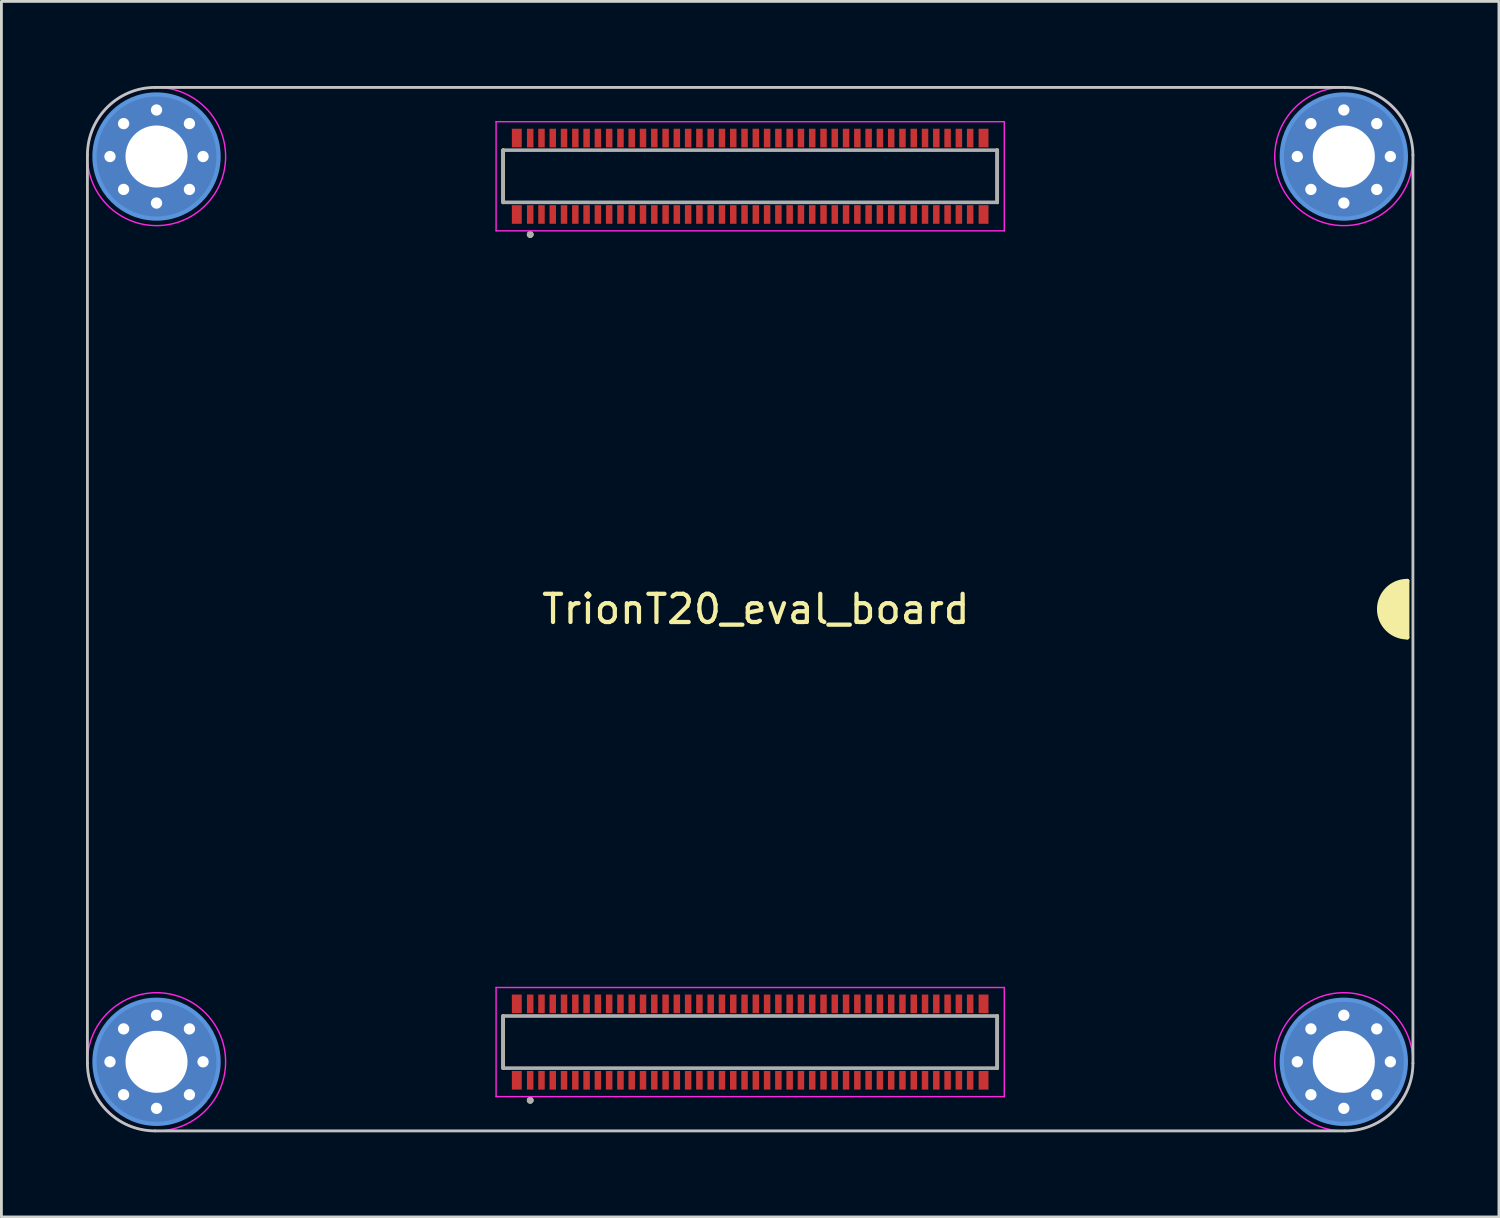
<source format=kicad_pcb>
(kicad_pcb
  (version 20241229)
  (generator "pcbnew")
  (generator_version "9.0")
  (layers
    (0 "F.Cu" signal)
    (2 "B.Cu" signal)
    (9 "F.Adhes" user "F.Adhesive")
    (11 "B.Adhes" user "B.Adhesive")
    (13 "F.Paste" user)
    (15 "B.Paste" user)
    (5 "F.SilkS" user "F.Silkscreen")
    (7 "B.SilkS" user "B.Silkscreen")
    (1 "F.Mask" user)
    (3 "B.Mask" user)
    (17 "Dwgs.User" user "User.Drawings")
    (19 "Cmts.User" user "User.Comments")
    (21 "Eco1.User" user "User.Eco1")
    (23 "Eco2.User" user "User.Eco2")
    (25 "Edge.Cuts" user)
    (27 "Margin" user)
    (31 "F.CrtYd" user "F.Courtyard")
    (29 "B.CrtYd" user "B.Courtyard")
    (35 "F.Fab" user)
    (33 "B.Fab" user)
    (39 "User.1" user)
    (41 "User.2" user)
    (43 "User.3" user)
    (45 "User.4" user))
  (footprint "TrionT20_eval_board"
    (layer "F.Cu")
    (at 23.55 18.55)
    (property "Reference" "TrionT20_eval_board" (at 0.2 0 0) (unlocked yes) (layer "F.SilkS") (effects (font (size 1 1) (thickness 0.15))))
    (attr smd)
    (fp_line (start -8.76 -16.275) (end -8.76 -14.425) (stroke (width 0.127) (type solid)) (layer "F.SilkS"))
    (fp_line (start -8.76 14.425) (end -8.76 16.275) (stroke (width 0.127) (type solid)) (layer "F.SilkS"))
    (fp_line (start 8.76 -14.425) (end 8.76 -16.275) (stroke (width 0.127) (type solid)) (layer "F.SilkS"))
    (fp_line (start 8.76 16.275) (end 8.76 14.425) (stroke (width 0.127) (type solid)) (layer "F.SilkS"))
    (fp_line (start 22.4 0.3) (end 22.4 -0.3) (stroke (width 0.15) (type default)) (layer "F.SilkS"))
    (fp_line (start 22.5 -0.5) (end 22.5 0.5) (stroke (width 0.15) (type default)) (layer "F.SilkS"))
    (fp_line (start 22.6 0.6) (end 22.6 -0.6) (stroke (width 0.15) (type default)) (layer "F.SilkS"))
    (fp_line (start 22.7 -0.7) (end 22.7 0.7) (stroke (width 0.15) (type default)) (layer "F.SilkS"))
    (fp_line (start 22.8 0.8) (end 22.8 -0.8) (stroke (width 0.15) (type default)) (layer "F.SilkS"))
    (fp_line (start 22.9 -0.9) (end 22.9 0.8) (stroke (width 0.15) (type default)) (layer "F.SilkS"))
    (fp_line (start 23 0.9) (end 23 -0.9) (stroke (width 0.15) (type default)) (layer "F.SilkS"))
    (fp_line (start 23.1 -0.9) (end 23.1 0.9) (stroke (width 0.15) (type default)) (layer "F.SilkS"))
    (fp_line (start 23.2 0.9) (end 23.2 -0.9) (stroke (width 0.15) (type default)) (layer "F.SilkS"))
    (fp_line (start 23.3 1) (end 23.3 -1) (stroke (width 0.15) (type default)) (layer "F.SilkS"))
    (fp_arc (start 23.3 1) (mid 22.3 0) (end 23.3 -1) (stroke (width 0.15) (type default)) (layer "F.SilkS"))
    (fp_circle (center -7.8 -13.285) (end -7.74 -13.285) (stroke (width 0.12) (type solid)) (fill no) (layer "F.SilkS"))
    (fp_circle (center -7.8 17.415) (end -7.74 17.415) (stroke (width 0.12) (type solid)) (fill no) (layer "F.SilkS"))
    (fp_poly (pts (xy -8.43 -16.41) (xy -8.12 -16.41) (xy -8.12 -17) (xy -8.43 -17)) (stroke (width 0.01) (type solid)) (fill yes) (layer "F.Paste"))
    (fp_poly (pts (xy -8.43 -13.7) (xy -8.12 -13.7) (xy -8.12 -14.29) (xy -8.43 -14.29)) (stroke (width 0.01) (type solid)) (fill yes) (layer "F.Paste"))
    (fp_poly (pts (xy -8.43 14.29) (xy -8.12 14.29) (xy -8.12 13.7) (xy -8.43 13.7)) (stroke (width 0.01) (type solid)) (fill yes) (layer "F.Paste"))
    (fp_poly (pts (xy -8.43 17) (xy -8.12 17) (xy -8.12 16.41) (xy -8.43 16.41)) (stroke (width 0.01) (type solid)) (fill yes) (layer "F.Paste"))
    (fp_poly (pts (xy -7.905 -16.41) (xy -7.695 -16.41) (xy -7.695 -17) (xy -7.905 -17)) (stroke (width 0.01) (type solid)) (fill yes) (layer "F.Paste"))
    (fp_poly (pts (xy -7.905 -13.7) (xy -7.695 -13.7) (xy -7.695 -14.29) (xy -7.905 -14.29)) (stroke (width 0.01) (type solid)) (fill yes) (layer "F.Paste"))
    (fp_poly (pts (xy -7.905 14.29) (xy -7.695 14.29) (xy -7.695 13.7) (xy -7.905 13.7)) (stroke (width 0.01) (type solid)) (fill yes) (layer "F.Paste"))
    (fp_poly (pts (xy -7.905 17) (xy -7.695 17) (xy -7.695 16.41) (xy -7.905 16.41)) (stroke (width 0.01) (type solid)) (fill yes) (layer "F.Paste"))
    (fp_poly (pts (xy -7.505 -16.41) (xy -7.295 -16.41) (xy -7.295 -17) (xy -7.505 -17)) (stroke (width 0.01) (type solid)) (fill yes) (layer "F.Paste"))
    (fp_poly (pts (xy -7.505 -13.7) (xy -7.295 -13.7) (xy -7.295 -14.29) (xy -7.505 -14.29)) (stroke (width 0.01) (type solid)) (fill yes) (layer "F.Paste"))
    (fp_poly (pts (xy -7.505 14.29) (xy -7.295 14.29) (xy -7.295 13.7) (xy -7.505 13.7)) (stroke (width 0.01) (type solid)) (fill yes) (layer "F.Paste"))
    (fp_poly (pts (xy -7.505 17) (xy -7.295 17) (xy -7.295 16.41) (xy -7.505 16.41)) (stroke (width 0.01) (type solid)) (fill yes) (layer "F.Paste"))
    (fp_poly (pts (xy -7.105 -16.41) (xy -6.895 -16.41) (xy -6.895 -17) (xy -7.105 -17)) (stroke (width 0.01) (type solid)) (fill yes) (layer "F.Paste"))
    (fp_poly (pts (xy -7.105 -13.7) (xy -6.895 -13.7) (xy -6.895 -14.29) (xy -7.105 -14.29)) (stroke (width 0.01) (type solid)) (fill yes) (layer "F.Paste"))
    (fp_poly (pts (xy -7.105 14.29) (xy -6.895 14.29) (xy -6.895 13.7) (xy -7.105 13.7)) (stroke (width 0.01) (type solid)) (fill yes) (layer "F.Paste"))
    (fp_poly (pts (xy -7.105 17) (xy -6.895 17) (xy -6.895 16.41) (xy -7.105 16.41)) (stroke (width 0.01) (type solid)) (fill yes) (layer "F.Paste"))
    (fp_poly (pts (xy -6.705 -16.41) (xy -6.495 -16.41) (xy -6.495 -17) (xy -6.705 -17)) (stroke (width 0.01) (type solid)) (fill yes) (layer "F.Paste"))
    (fp_poly (pts (xy -6.705 -13.7) (xy -6.495 -13.7) (xy -6.495 -14.29) (xy -6.705 -14.29)) (stroke (width 0.01) (type solid)) (fill yes) (layer "F.Paste"))
    (fp_poly (pts (xy -6.705 14.29) (xy -6.495 14.29) (xy -6.495 13.7) (xy -6.705 13.7)) (stroke (width 0.01) (type solid)) (fill yes) (layer "F.Paste"))
    (fp_poly (pts (xy -6.705 17) (xy -6.495 17) (xy -6.495 16.41) (xy -6.705 16.41)) (stroke (width 0.01) (type solid)) (fill yes) (layer "F.Paste"))
    (fp_poly (pts (xy -6.305 -16.41) (xy -6.095 -16.41) (xy -6.095 -17) (xy -6.305 -17)) (stroke (width 0.01) (type solid)) (fill yes) (layer "F.Paste"))
    (fp_poly (pts (xy -6.305 -13.7) (xy -6.095 -13.7) (xy -6.095 -14.29) (xy -6.305 -14.29)) (stroke (width 0.01) (type solid)) (fill yes) (layer "F.Paste"))
    (fp_poly (pts (xy -6.305 14.29) (xy -6.095 14.29) (xy -6.095 13.7) (xy -6.305 13.7)) (stroke (width 0.01) (type solid)) (fill yes) (layer "F.Paste"))
    (fp_poly (pts (xy -6.305 17) (xy -6.095 17) (xy -6.095 16.41) (xy -6.305 16.41)) (stroke (width 0.01) (type solid)) (fill yes) (layer "F.Paste"))
    (fp_poly (pts (xy -5.905 -16.41) (xy -5.695 -16.41) (xy -5.695 -17) (xy -5.905 -17)) (stroke (width 0.01) (type solid)) (fill yes) (layer "F.Paste"))
    (fp_poly (pts (xy -5.905 -13.7) (xy -5.695 -13.7) (xy -5.695 -14.29) (xy -5.905 -14.29)) (stroke (width 0.01) (type solid)) (fill yes) (layer "F.Paste"))
    (fp_poly (pts (xy -5.905 14.29) (xy -5.695 14.29) (xy -5.695 13.7) (xy -5.905 13.7)) (stroke (width 0.01) (type solid)) (fill yes) (layer "F.Paste"))
    (fp_poly (pts (xy -5.905 17) (xy -5.695 17) (xy -5.695 16.41) (xy -5.905 16.41)) (stroke (width 0.01) (type solid)) (fill yes) (layer "F.Paste"))
    (fp_poly (pts (xy -5.505 -16.41) (xy -5.295 -16.41) (xy -5.295 -17) (xy -5.505 -17)) (stroke (width 0.01) (type solid)) (fill yes) (layer "F.Paste"))
    (fp_poly (pts (xy -5.505 -13.7) (xy -5.295 -13.7) (xy -5.295 -14.29) (xy -5.505 -14.29)) (stroke (width 0.01) (type solid)) (fill yes) (layer "F.Paste"))
    (fp_poly (pts (xy -5.505 14.29) (xy -5.295 14.29) (xy -5.295 13.7) (xy -5.505 13.7)) (stroke (width 0.01) (type solid)) (fill yes) (layer "F.Paste"))
    (fp_poly (pts (xy -5.505 17) (xy -5.295 17) (xy -5.295 16.41) (xy -5.505 16.41)) (stroke (width 0.01) (type solid)) (fill yes) (layer "F.Paste"))
    (fp_poly (pts (xy -5.105 -16.41) (xy -4.895 -16.41) (xy -4.895 -17) (xy -5.105 -17)) (stroke (width 0.01) (type solid)) (fill yes) (layer "F.Paste"))
    (fp_poly (pts (xy -5.105 -13.7) (xy -4.895 -13.7) (xy -4.895 -14.29) (xy -5.105 -14.29)) (stroke (width 0.01) (type solid)) (fill yes) (layer "F.Paste"))
    (fp_poly (pts (xy -5.105 14.29) (xy -4.895 14.29) (xy -4.895 13.7) (xy -5.105 13.7)) (stroke (width 0.01) (type solid)) (fill yes) (layer "F.Paste"))
    (fp_poly (pts (xy -5.105 17) (xy -4.895 17) (xy -4.895 16.41) (xy -5.105 16.41)) (stroke (width 0.01) (type solid)) (fill yes) (layer "F.Paste"))
    (fp_poly (pts (xy -4.705 -16.41) (xy -4.495 -16.41) (xy -4.495 -17) (xy -4.705 -17)) (stroke (width 0.01) (type solid)) (fill yes) (layer "F.Paste"))
    (fp_poly (pts (xy -4.705 -13.7) (xy -4.495 -13.7) (xy -4.495 -14.29) (xy -4.705 -14.29)) (stroke (width 0.01) (type solid)) (fill yes) (layer "F.Paste"))
    (fp_poly (pts (xy -4.705 14.29) (xy -4.495 14.29) (xy -4.495 13.7) (xy -4.705 13.7)) (stroke (width 0.01) (type solid)) (fill yes) (layer "F.Paste"))
    (fp_poly (pts (xy -4.705 17) (xy -4.495 17) (xy -4.495 16.41) (xy -4.705 16.41)) (stroke (width 0.01) (type solid)) (fill yes) (layer "F.Paste"))
    (fp_poly (pts (xy -4.305 -16.41) (xy -4.095 -16.41) (xy -4.095 -17) (xy -4.305 -17)) (stroke (width 0.01) (type solid)) (fill yes) (layer "F.Paste"))
    (fp_poly (pts (xy -4.305 -13.7) (xy -4.095 -13.7) (xy -4.095 -14.29) (xy -4.305 -14.29)) (stroke (width 0.01) (type solid)) (fill yes) (layer "F.Paste"))
    (fp_poly (pts (xy -4.305 14.29) (xy -4.095 14.29) (xy -4.095 13.7) (xy -4.305 13.7)) (stroke (width 0.01) (type solid)) (fill yes) (layer "F.Paste"))
    (fp_poly (pts (xy -4.305 17) (xy -4.095 17) (xy -4.095 16.41) (xy -4.305 16.41)) (stroke (width 0.01) (type solid)) (fill yes) (layer "F.Paste"))
    (fp_poly (pts (xy -3.905 -16.41) (xy -3.695 -16.41) (xy -3.695 -17) (xy -3.905 -17)) (stroke (width 0.01) (type solid)) (fill yes) (layer "F.Paste"))
    (fp_poly (pts (xy -3.905 -13.7) (xy -3.695 -13.7) (xy -3.695 -14.29) (xy -3.905 -14.29)) (stroke (width 0.01) (type solid)) (fill yes) (layer "F.Paste"))
    (fp_poly (pts (xy -3.905 14.29) (xy -3.695 14.29) (xy -3.695 13.7) (xy -3.905 13.7)) (stroke (width 0.01) (type solid)) (fill yes) (layer "F.Paste"))
    (fp_poly (pts (xy -3.905 17) (xy -3.695 17) (xy -3.695 16.41) (xy -3.905 16.41)) (stroke (width 0.01) (type solid)) (fill yes) (layer "F.Paste"))
    (fp_poly (pts (xy -3.505 -16.41) (xy -3.295 -16.41) (xy -3.295 -17) (xy -3.505 -17)) (stroke (width 0.01) (type solid)) (fill yes) (layer "F.Paste"))
    (fp_poly (pts (xy -3.505 -13.7) (xy -3.295 -13.7) (xy -3.295 -14.29) (xy -3.505 -14.29)) (stroke (width 0.01) (type solid)) (fill yes) (layer "F.Paste"))
    (fp_poly (pts (xy -3.505 14.29) (xy -3.295 14.29) (xy -3.295 13.7) (xy -3.505 13.7)) (stroke (width 0.01) (type solid)) (fill yes) (layer "F.Paste"))
    (fp_poly (pts (xy -3.505 17) (xy -3.295 17) (xy -3.295 16.41) (xy -3.505 16.41)) (stroke (width 0.01) (type solid)) (fill yes) (layer "F.Paste"))
    (fp_poly (pts (xy -3.105 -16.41) (xy -2.895 -16.41) (xy -2.895 -17) (xy -3.105 -17)) (stroke (width 0.01) (type solid)) (fill yes) (layer "F.Paste"))
    (fp_poly (pts (xy -3.105 -13.7) (xy -2.895 -13.7) (xy -2.895 -14.29) (xy -3.105 -14.29)) (stroke (width 0.01) (type solid)) (fill yes) (layer "F.Paste"))
    (fp_poly (pts (xy -3.105 14.29) (xy -2.895 14.29) (xy -2.895 13.7) (xy -3.105 13.7)) (stroke (width 0.01) (type solid)) (fill yes) (layer "F.Paste"))
    (fp_poly (pts (xy -3.105 17) (xy -2.895 17) (xy -2.895 16.41) (xy -3.105 16.41)) (stroke (width 0.01) (type solid)) (fill yes) (layer "F.Paste"))
    (fp_poly (pts (xy -2.705 -16.41) (xy -2.495 -16.41) (xy -2.495 -17) (xy -2.705 -17)) (stroke (width 0.01) (type solid)) (fill yes) (layer "F.Paste"))
    (fp_poly (pts (xy -2.705 -13.7) (xy -2.495 -13.7) (xy -2.495 -14.29) (xy -2.705 -14.29)) (stroke (width 0.01) (type solid)) (fill yes) (layer "F.Paste"))
    (fp_poly (pts (xy -2.705 14.29) (xy -2.495 14.29) (xy -2.495 13.7) (xy -2.705 13.7)) (stroke (width 0.01) (type solid)) (fill yes) (layer "F.Paste"))
    (fp_poly (pts (xy -2.705 17) (xy -2.495 17) (xy -2.495 16.41) (xy -2.705 16.41)) (stroke (width 0.01) (type solid)) (fill yes) (layer "F.Paste"))
    (fp_poly (pts (xy -2.305 -16.41) (xy -2.095 -16.41) (xy -2.095 -17) (xy -2.305 -17)) (stroke (width 0.01) (type solid)) (fill yes) (layer "F.Paste"))
    (fp_poly (pts (xy -2.305 -13.7) (xy -2.095 -13.7) (xy -2.095 -14.29) (xy -2.305 -14.29)) (stroke (width 0.01) (type solid)) (fill yes) (layer "F.Paste"))
    (fp_poly (pts (xy -2.305 14.29) (xy -2.095 14.29) (xy -2.095 13.7) (xy -2.305 13.7)) (stroke (width 0.01) (type solid)) (fill yes) (layer "F.Paste"))
    (fp_poly (pts (xy -2.305 17) (xy -2.095 17) (xy -2.095 16.41) (xy -2.305 16.41)) (stroke (width 0.01) (type solid)) (fill yes) (layer "F.Paste"))
    (fp_poly (pts (xy -1.905 -16.41) (xy -1.695 -16.41) (xy -1.695 -17) (xy -1.905 -17)) (stroke (width 0.01) (type solid)) (fill yes) (layer "F.Paste"))
    (fp_poly (pts (xy -1.905 -13.7) (xy -1.695 -13.7) (xy -1.695 -14.29) (xy -1.905 -14.29)) (stroke (width 0.01) (type solid)) (fill yes) (layer "F.Paste"))
    (fp_poly (pts (xy -1.905 14.29) (xy -1.695 14.29) (xy -1.695 13.7) (xy -1.905 13.7)) (stroke (width 0.01) (type solid)) (fill yes) (layer "F.Paste"))
    (fp_poly (pts (xy -1.905 17) (xy -1.695 17) (xy -1.695 16.41) (xy -1.905 16.41)) (stroke (width 0.01) (type solid)) (fill yes) (layer "F.Paste"))
    (fp_poly (pts (xy -1.505 -16.41) (xy -1.295 -16.41) (xy -1.295 -17) (xy -1.505 -17)) (stroke (width 0.01) (type solid)) (fill yes) (layer "F.Paste"))
    (fp_poly (pts (xy -1.505 -13.7) (xy -1.295 -13.7) (xy -1.295 -14.29) (xy -1.505 -14.29)) (stroke (width 0.01) (type solid)) (fill yes) (layer "F.Paste"))
    (fp_poly (pts (xy -1.505 14.29) (xy -1.295 14.29) (xy -1.295 13.7) (xy -1.505 13.7)) (stroke (width 0.01) (type solid)) (fill yes) (layer "F.Paste"))
    (fp_poly (pts (xy -1.505 17) (xy -1.295 17) (xy -1.295 16.41) (xy -1.505 16.41)) (stroke (width 0.01) (type solid)) (fill yes) (layer "F.Paste"))
    (fp_poly (pts (xy -1.105 -16.41) (xy -0.895 -16.41) (xy -0.895 -17) (xy -1.105 -17)) (stroke (width 0.01) (type solid)) (fill yes) (layer "F.Paste"))
    (fp_poly (pts (xy -1.105 -13.7) (xy -0.895 -13.7) (xy -0.895 -14.29) (xy -1.105 -14.29)) (stroke (width 0.01) (type solid)) (fill yes) (layer "F.Paste"))
    (fp_poly (pts (xy -1.105 14.29) (xy -0.895 14.29) (xy -0.895 13.7) (xy -1.105 13.7)) (stroke (width 0.01) (type solid)) (fill yes) (layer "F.Paste"))
    (fp_poly (pts (xy -1.105 17) (xy -0.895 17) (xy -0.895 16.41) (xy -1.105 16.41)) (stroke (width 0.01) (type solid)) (fill yes) (layer "F.Paste"))
    (fp_poly (pts (xy -0.705 -16.41) (xy -0.495 -16.41) (xy -0.495 -17) (xy -0.705 -17)) (stroke (width 0.01) (type solid)) (fill yes) (layer "F.Paste"))
    (fp_poly (pts (xy -0.705 -13.7) (xy -0.495 -13.7) (xy -0.495 -14.29) (xy -0.705 -14.29)) (stroke (width 0.01) (type solid)) (fill yes) (layer "F.Paste"))
    (fp_poly (pts (xy -0.705 14.29) (xy -0.495 14.29) (xy -0.495 13.7) (xy -0.705 13.7)) (stroke (width 0.01) (type solid)) (fill yes) (layer "F.Paste"))
    (fp_poly (pts (xy -0.705 17) (xy -0.495 17) (xy -0.495 16.41) (xy -0.705 16.41)) (stroke (width 0.01) (type solid)) (fill yes) (layer "F.Paste"))
    (fp_poly (pts (xy -0.305 -16.41) (xy -0.095 -16.41) (xy -0.095 -17) (xy -0.305 -17)) (stroke (width 0.01) (type solid)) (fill yes) (layer "F.Paste"))
    (fp_poly (pts (xy -0.305 -13.7) (xy -0.095 -13.7) (xy -0.095 -14.29) (xy -0.305 -14.29)) (stroke (width 0.01) (type solid)) (fill yes) (layer "F.Paste"))
    (fp_poly (pts (xy -0.305 14.29) (xy -0.095 14.29) (xy -0.095 13.7) (xy -0.305 13.7)) (stroke (width 0.01) (type solid)) (fill yes) (layer "F.Paste"))
    (fp_poly (pts (xy -0.305 17) (xy -0.095 17) (xy -0.095 16.41) (xy -0.305 16.41)) (stroke (width 0.01) (type solid)) (fill yes) (layer "F.Paste"))
    (fp_poly (pts (xy 0.095 -16.41) (xy 0.305 -16.41) (xy 0.305 -17) (xy 0.095 -17)) (stroke (width 0.01) (type solid)) (fill yes) (layer "F.Paste"))
    (fp_poly (pts (xy 0.095 -13.7) (xy 0.305 -13.7) (xy 0.305 -14.29) (xy 0.095 -14.29)) (stroke (width 0.01) (type solid)) (fill yes) (layer "F.Paste"))
    (fp_poly (pts (xy 0.095 14.29) (xy 0.305 14.29) (xy 0.305 13.7) (xy 0.095 13.7)) (stroke (width 0.01) (type solid)) (fill yes) (layer "F.Paste"))
    (fp_poly (pts (xy 0.095 17) (xy 0.305 17) (xy 0.305 16.41) (xy 0.095 16.41)) (stroke (width 0.01) (type solid)) (fill yes) (layer "F.Paste"))
    (fp_poly (pts (xy 0.495 -16.41) (xy 0.705 -16.41) (xy 0.705 -17) (xy 0.495 -17)) (stroke (width 0.01) (type solid)) (fill yes) (layer "F.Paste"))
    (fp_poly (pts (xy 0.495 -13.7) (xy 0.705 -13.7) (xy 0.705 -14.29) (xy 0.495 -14.29)) (stroke (width 0.01) (type solid)) (fill yes) (layer "F.Paste"))
    (fp_poly (pts (xy 0.495 14.29) (xy 0.705 14.29) (xy 0.705 13.7) (xy 0.495 13.7)) (stroke (width 0.01) (type solid)) (fill yes) (layer "F.Paste"))
    (fp_poly (pts (xy 0.495 17) (xy 0.705 17) (xy 0.705 16.41) (xy 0.495 16.41)) (stroke (width 0.01) (type solid)) (fill yes) (layer "F.Paste"))
    (fp_poly (pts (xy 0.895 -16.41) (xy 1.105 -16.41) (xy 1.105 -17) (xy 0.895 -17)) (stroke (width 0.01) (type solid)) (fill yes) (layer "F.Paste"))
    (fp_poly (pts (xy 0.895 -13.7) (xy 1.105 -13.7) (xy 1.105 -14.29) (xy 0.895 -14.29)) (stroke (width 0.01) (type solid)) (fill yes) (layer "F.Paste"))
    (fp_poly (pts (xy 0.895 14.29) (xy 1.105 14.29) (xy 1.105 13.7) (xy 0.895 13.7)) (stroke (width 0.01) (type solid)) (fill yes) (layer "F.Paste"))
    (fp_poly (pts (xy 0.895 17) (xy 1.105 17) (xy 1.105 16.41) (xy 0.895 16.41)) (stroke (width 0.01) (type solid)) (fill yes) (layer "F.Paste"))
    (fp_poly (pts (xy 1.295 -16.41) (xy 1.505 -16.41) (xy 1.505 -17) (xy 1.295 -17)) (stroke (width 0.01) (type solid)) (fill yes) (layer "F.Paste"))
    (fp_poly (pts (xy 1.295 -13.7) (xy 1.505 -13.7) (xy 1.505 -14.29) (xy 1.295 -14.29)) (stroke (width 0.01) (type solid)) (fill yes) (layer "F.Paste"))
    (fp_poly (pts (xy 1.295 14.29) (xy 1.505 14.29) (xy 1.505 13.7) (xy 1.295 13.7)) (stroke (width 0.01) (type solid)) (fill yes) (layer "F.Paste"))
    (fp_poly (pts (xy 1.295 17) (xy 1.505 17) (xy 1.505 16.41) (xy 1.295 16.41)) (stroke (width 0.01) (type solid)) (fill yes) (layer "F.Paste"))
    (fp_poly (pts (xy 1.695 -16.41) (xy 1.905 -16.41) (xy 1.905 -17) (xy 1.695 -17)) (stroke (width 0.01) (type solid)) (fill yes) (layer "F.Paste"))
    (fp_poly (pts (xy 1.695 -13.7) (xy 1.905 -13.7) (xy 1.905 -14.29) (xy 1.695 -14.29)) (stroke (width 0.01) (type solid)) (fill yes) (layer "F.Paste"))
    (fp_poly (pts (xy 1.695 14.29) (xy 1.905 14.29) (xy 1.905 13.7) (xy 1.695 13.7)) (stroke (width 0.01) (type solid)) (fill yes) (layer "F.Paste"))
    (fp_poly (pts (xy 1.695 17) (xy 1.905 17) (xy 1.905 16.41) (xy 1.695 16.41)) (stroke (width 0.01) (type solid)) (fill yes) (layer "F.Paste"))
    (fp_poly (pts (xy 2.095 -16.41) (xy 2.305 -16.41) (xy 2.305 -17) (xy 2.095 -17)) (stroke (width 0.01) (type solid)) (fill yes) (layer "F.Paste"))
    (fp_poly (pts (xy 2.095 -13.7) (xy 2.305 -13.7) (xy 2.305 -14.29) (xy 2.095 -14.29)) (stroke (width 0.01) (type solid)) (fill yes) (layer "F.Paste"))
    (fp_poly (pts (xy 2.095 14.29) (xy 2.305 14.29) (xy 2.305 13.7) (xy 2.095 13.7)) (stroke (width 0.01) (type solid)) (fill yes) (layer "F.Paste"))
    (fp_poly (pts (xy 2.095 17) (xy 2.305 17) (xy 2.305 16.41) (xy 2.095 16.41)) (stroke (width 0.01) (type solid)) (fill yes) (layer "F.Paste"))
    (fp_poly (pts (xy 2.495 -16.41) (xy 2.705 -16.41) (xy 2.705 -17) (xy 2.495 -17)) (stroke (width 0.01) (type solid)) (fill yes) (layer "F.Paste"))
    (fp_poly (pts (xy 2.495 -13.7) (xy 2.705 -13.7) (xy 2.705 -14.29) (xy 2.495 -14.29)) (stroke (width 0.01) (type solid)) (fill yes) (layer "F.Paste"))
    (fp_poly (pts (xy 2.495 14.29) (xy 2.705 14.29) (xy 2.705 13.7) (xy 2.495 13.7)) (stroke (width 0.01) (type solid)) (fill yes) (layer "F.Paste"))
    (fp_poly (pts (xy 2.495 17) (xy 2.705 17) (xy 2.705 16.41) (xy 2.495 16.41)) (stroke (width 0.01) (type solid)) (fill yes) (layer "F.Paste"))
    (fp_poly (pts (xy 2.895 -16.41) (xy 3.105 -16.41) (xy 3.105 -17) (xy 2.895 -17)) (stroke (width 0.01) (type solid)) (fill yes) (layer "F.Paste"))
    (fp_poly (pts (xy 2.895 -13.7) (xy 3.105 -13.7) (xy 3.105 -14.29) (xy 2.895 -14.29)) (stroke (width 0.01) (type solid)) (fill yes) (layer "F.Paste"))
    (fp_poly (pts (xy 2.895 14.29) (xy 3.105 14.29) (xy 3.105 13.7) (xy 2.895 13.7)) (stroke (width 0.01) (type solid)) (fill yes) (layer "F.Paste"))
    (fp_poly (pts (xy 2.895 17) (xy 3.105 17) (xy 3.105 16.41) (xy 2.895 16.41)) (stroke (width 0.01) (type solid)) (fill yes) (layer "F.Paste"))
    (fp_poly (pts (xy 3.295 -16.41) (xy 3.505 -16.41) (xy 3.505 -17) (xy 3.295 -17)) (stroke (width 0.01) (type solid)) (fill yes) (layer "F.Paste"))
    (fp_poly (pts (xy 3.295 -13.7) (xy 3.505 -13.7) (xy 3.505 -14.29) (xy 3.295 -14.29)) (stroke (width 0.01) (type solid)) (fill yes) (layer "F.Paste"))
    (fp_poly (pts (xy 3.295 14.29) (xy 3.505 14.29) (xy 3.505 13.7) (xy 3.295 13.7)) (stroke (width 0.01) (type solid)) (fill yes) (layer "F.Paste"))
    (fp_poly (pts (xy 3.295 17) (xy 3.505 17) (xy 3.505 16.41) (xy 3.295 16.41)) (stroke (width 0.01) (type solid)) (fill yes) (layer "F.Paste"))
    (fp_poly (pts (xy 3.695 -16.41) (xy 3.905 -16.41) (xy 3.905 -17) (xy 3.695 -17)) (stroke (width 0.01) (type solid)) (fill yes) (layer "F.Paste"))
    (fp_poly (pts (xy 3.695 -13.7) (xy 3.905 -13.7) (xy 3.905 -14.29) (xy 3.695 -14.29)) (stroke (width 0.01) (type solid)) (fill yes) (layer "F.Paste"))
    (fp_poly (pts (xy 3.695 14.29) (xy 3.905 14.29) (xy 3.905 13.7) (xy 3.695 13.7)) (stroke (width 0.01) (type solid)) (fill yes) (layer "F.Paste"))
    (fp_poly (pts (xy 3.695 17) (xy 3.905 17) (xy 3.905 16.41) (xy 3.695 16.41)) (stroke (width 0.01) (type solid)) (fill yes) (layer "F.Paste"))
    (fp_poly (pts (xy 4.095 -16.41) (xy 4.305 -16.41) (xy 4.305 -17) (xy 4.095 -17)) (stroke (width 0.01) (type solid)) (fill yes) (layer "F.Paste"))
    (fp_poly (pts (xy 4.095 -13.7) (xy 4.305 -13.7) (xy 4.305 -14.29) (xy 4.095 -14.29)) (stroke (width 0.01) (type solid)) (fill yes) (layer "F.Paste"))
    (fp_poly (pts (xy 4.095 14.29) (xy 4.305 14.29) (xy 4.305 13.7) (xy 4.095 13.7)) (stroke (width 0.01) (type solid)) (fill yes) (layer "F.Paste"))
    (fp_poly (pts (xy 4.095 17) (xy 4.305 17) (xy 4.305 16.41) (xy 4.095 16.41)) (stroke (width 0.01) (type solid)) (fill yes) (layer "F.Paste"))
    (fp_poly (pts (xy 4.495 -16.41) (xy 4.705 -16.41) (xy 4.705 -17) (xy 4.495 -17)) (stroke (width 0.01) (type solid)) (fill yes) (layer "F.Paste"))
    (fp_poly (pts (xy 4.495 -13.7) (xy 4.705 -13.7) (xy 4.705 -14.29) (xy 4.495 -14.29)) (stroke (width 0.01) (type solid)) (fill yes) (layer "F.Paste"))
    (fp_poly (pts (xy 4.495 14.29) (xy 4.705 14.29) (xy 4.705 13.7) (xy 4.495 13.7)) (stroke (width 0.01) (type solid)) (fill yes) (layer "F.Paste"))
    (fp_poly (pts (xy 4.495 17) (xy 4.705 17) (xy 4.705 16.41) (xy 4.495 16.41)) (stroke (width 0.01) (type solid)) (fill yes) (layer "F.Paste"))
    (fp_poly (pts (xy 4.895 -16.41) (xy 5.105 -16.41) (xy 5.105 -17) (xy 4.895 -17)) (stroke (width 0.01) (type solid)) (fill yes) (layer "F.Paste"))
    (fp_poly (pts (xy 4.895 -13.7) (xy 5.105 -13.7) (xy 5.105 -14.29) (xy 4.895 -14.29)) (stroke (width 0.01) (type solid)) (fill yes) (layer "F.Paste"))
    (fp_poly (pts (xy 4.895 14.29) (xy 5.105 14.29) (xy 5.105 13.7) (xy 4.895 13.7)) (stroke (width 0.01) (type solid)) (fill yes) (layer "F.Paste"))
    (fp_poly (pts (xy 4.895 17) (xy 5.105 17) (xy 5.105 16.41) (xy 4.895 16.41)) (stroke (width 0.01) (type solid)) (fill yes) (layer "F.Paste"))
    (fp_poly (pts (xy 5.295 -16.41) (xy 5.505 -16.41) (xy 5.505 -17) (xy 5.295 -17)) (stroke (width 0.01) (type solid)) (fill yes) (layer "F.Paste"))
    (fp_poly (pts (xy 5.295 -13.7) (xy 5.505 -13.7) (xy 5.505 -14.29) (xy 5.295 -14.29)) (stroke (width 0.01) (type solid)) (fill yes) (layer "F.Paste"))
    (fp_poly (pts (xy 5.295 14.29) (xy 5.505 14.29) (xy 5.505 13.7) (xy 5.295 13.7)) (stroke (width 0.01) (type solid)) (fill yes) (layer "F.Paste"))
    (fp_poly (pts (xy 5.295 17) (xy 5.505 17) (xy 5.505 16.41) (xy 5.295 16.41)) (stroke (width 0.01) (type solid)) (fill yes) (layer "F.Paste"))
    (fp_poly (pts (xy 5.695 -16.41) (xy 5.905 -16.41) (xy 5.905 -17) (xy 5.695 -17)) (stroke (width 0.01) (type solid)) (fill yes) (layer "F.Paste"))
    (fp_poly (pts (xy 5.695 -13.7) (xy 5.905 -13.7) (xy 5.905 -14.29) (xy 5.695 -14.29)) (stroke (width 0.01) (type solid)) (fill yes) (layer "F.Paste"))
    (fp_poly (pts (xy 5.695 14.29) (xy 5.905 14.29) (xy 5.905 13.7) (xy 5.695 13.7)) (stroke (width 0.01) (type solid)) (fill yes) (layer "F.Paste"))
    (fp_poly (pts (xy 5.695 17) (xy 5.905 17) (xy 5.905 16.41) (xy 5.695 16.41)) (stroke (width 0.01) (type solid)) (fill yes) (layer "F.Paste"))
    (fp_poly (pts (xy 6.095 -16.41) (xy 6.305 -16.41) (xy 6.305 -17) (xy 6.095 -17)) (stroke (width 0.01) (type solid)) (fill yes) (layer "F.Paste"))
    (fp_poly (pts (xy 6.095 -13.7) (xy 6.305 -13.7) (xy 6.305 -14.29) (xy 6.095 -14.29)) (stroke (width 0.01) (type solid)) (fill yes) (layer "F.Paste"))
    (fp_poly (pts (xy 6.095 14.29) (xy 6.305 14.29) (xy 6.305 13.7) (xy 6.095 13.7)) (stroke (width 0.01) (type solid)) (fill yes) (layer "F.Paste"))
    (fp_poly (pts (xy 6.095 17) (xy 6.305 17) (xy 6.305 16.41) (xy 6.095 16.41)) (stroke (width 0.01) (type solid)) (fill yes) (layer "F.Paste"))
    (fp_poly (pts (xy 6.495 -16.41) (xy 6.705 -16.41) (xy 6.705 -17) (xy 6.495 -17)) (stroke (width 0.01) (type solid)) (fill yes) (layer "F.Paste"))
    (fp_poly (pts (xy 6.495 -13.7) (xy 6.705 -13.7) (xy 6.705 -14.29) (xy 6.495 -14.29)) (stroke (width 0.01) (type solid)) (fill yes) (layer "F.Paste"))
    (fp_poly (pts (xy 6.495 14.29) (xy 6.705 14.29) (xy 6.705 13.7) (xy 6.495 13.7)) (stroke (width 0.01) (type solid)) (fill yes) (layer "F.Paste"))
    (fp_poly (pts (xy 6.495 17) (xy 6.705 17) (xy 6.705 16.41) (xy 6.495 16.41)) (stroke (width 0.01) (type solid)) (fill yes) (layer "F.Paste"))
    (fp_poly (pts (xy 6.895 -16.41) (xy 7.105 -16.41) (xy 7.105 -17) (xy 6.895 -17)) (stroke (width 0.01) (type solid)) (fill yes) (layer "F.Paste"))
    (fp_poly (pts (xy 6.895 -13.7) (xy 7.105 -13.7) (xy 7.105 -14.29) (xy 6.895 -14.29)) (stroke (width 0.01) (type solid)) (fill yes) (layer "F.Paste"))
    (fp_poly (pts (xy 6.895 14.29) (xy 7.105 14.29) (xy 7.105 13.7) (xy 6.895 13.7)) (stroke (width 0.01) (type solid)) (fill yes) (layer "F.Paste"))
    (fp_poly (pts (xy 6.895 17) (xy 7.105 17) (xy 7.105 16.41) (xy 6.895 16.41)) (stroke (width 0.01) (type solid)) (fill yes) (layer "F.Paste"))
    (fp_poly (pts (xy 7.295 -16.41) (xy 7.505 -16.41) (xy 7.505 -17) (xy 7.295 -17)) (stroke (width 0.01) (type solid)) (fill yes) (layer "F.Paste"))
    (fp_poly (pts (xy 7.295 -13.7) (xy 7.505 -13.7) (xy 7.505 -14.29) (xy 7.295 -14.29)) (stroke (width 0.01) (type solid)) (fill yes) (layer "F.Paste"))
    (fp_poly (pts (xy 7.295 14.29) (xy 7.505 14.29) (xy 7.505 13.7) (xy 7.295 13.7)) (stroke (width 0.01) (type solid)) (fill yes) (layer "F.Paste"))
    (fp_poly (pts (xy 7.295 17) (xy 7.505 17) (xy 7.505 16.41) (xy 7.295 16.41)) (stroke (width 0.01) (type solid)) (fill yes) (layer "F.Paste"))
    (fp_poly (pts (xy 7.695 -16.41) (xy 7.905 -16.41) (xy 7.905 -17) (xy 7.695 -17)) (stroke (width 0.01) (type solid)) (fill yes) (layer "F.Paste"))
    (fp_poly (pts (xy 7.695 -13.7) (xy 7.905 -13.7) (xy 7.905 -14.29) (xy 7.695 -14.29)) (stroke (width 0.01) (type solid)) (fill yes) (layer "F.Paste"))
    (fp_poly (pts (xy 7.695 14.29) (xy 7.905 14.29) (xy 7.905 13.7) (xy 7.695 13.7)) (stroke (width 0.01) (type solid)) (fill yes) (layer "F.Paste"))
    (fp_poly (pts (xy 7.695 17) (xy 7.905 17) (xy 7.905 16.41) (xy 7.695 16.41)) (stroke (width 0.01) (type solid)) (fill yes) (layer "F.Paste"))
    (fp_poly (pts (xy 8.12 -16.41) (xy 8.43 -16.41) (xy 8.43 -17) (xy 8.12 -17)) (stroke (width 0.01) (type solid)) (fill yes) (layer "F.Paste"))
    (fp_poly (pts (xy 8.12 -13.7) (xy 8.43 -13.7) (xy 8.43 -14.29) (xy 8.12 -14.29)) (stroke (width 0.01) (type solid)) (fill yes) (layer "F.Paste"))
    (fp_poly (pts (xy 8.12 14.29) (xy 8.43 14.29) (xy 8.43 13.7) (xy 8.12 13.7)) (stroke (width 0.01) (type solid)) (fill yes) (layer "F.Paste"))
    (fp_poly (pts (xy 8.12 17) (xy 8.43 17) (xy 8.43 16.41) (xy 8.12 16.41)) (stroke (width 0.01) (type solid)) (fill yes) (layer "F.Paste"))
    (fp_line (start -23.5 16.1) (end -23.5 -16.1) (stroke (width 0.1) (type default)) (layer "Dwgs.User"))
    (fp_line (start -21.1 -18.5) (end 21.1 -18.5) (stroke (width 0.1) (type default)) (layer "Dwgs.User"))
    (fp_line (start 21.1 18.5) (end -21.1 18.5) (stroke (width 0.1) (type default)) (layer "Dwgs.User"))
    (fp_line (start 23.5 -16.1) (end 23.5 16.1) (stroke (width 0.1) (type default)) (layer "Dwgs.User"))
    (fp_arc (start -23.5 -16.1) (mid -22.797056 -17.797056) (end -21.1 -18.5) (stroke (width 0.1) (type default)) (layer "Dwgs.User"))
    (fp_arc (start -21.1 18.5) (mid -22.797056 17.797056) (end -23.5 16.1) (stroke (width 0.1) (type default)) (layer "Dwgs.User"))
    (fp_arc (start 21.1 -18.5) (mid 22.797056 -17.797056) (end 23.5 -16.1) (stroke (width 0.1) (type default)) (layer "Dwgs.User"))
    (fp_arc (start 23.5 16.1) (mid 22.797056 17.797056) (end 21.1 18.5) (stroke (width 0.1) (type default)) (layer "Dwgs.User"))
    (fp_circle (center -21.05 -16.05) (end -18.85 -16.05) (stroke (width 0.15) (type solid)) (fill no) (layer "Cmts.User"))
    (fp_circle (center -21.05 16.05) (end -18.85 16.05) (stroke (width 0.15) (type solid)) (fill no) (layer "Cmts.User"))
    (fp_circle (center 21.05 -16.05) (end 23.25 -16.05) (stroke (width 0.15) (type solid)) (fill no) (layer "Cmts.User"))
    (fp_circle (center 21.05 16.05) (end 23.25 16.05) (stroke (width 0.15) (type solid)) (fill no) (layer "Cmts.User"))
    (fp_line (start -9.01 -17.285) (end -9.01 -13.415) (stroke (width 0.05) (type solid)) (layer "F.CrtYd"))
    (fp_line (start -9.01 -13.415) (end 9.01 -13.415) (stroke (width 0.05) (type solid)) (layer "F.CrtYd"))
    (fp_line (start -9.01 13.415) (end -9.01 17.285) (stroke (width 0.05) (type solid)) (layer "F.CrtYd"))
    (fp_line (start -9.01 17.285) (end 9.01 17.285) (stroke (width 0.05) (type solid)) (layer "F.CrtYd"))
    (fp_line (start 9.01 -17.285) (end -9.01 -17.285) (stroke (width 0.05) (type solid)) (layer "F.CrtYd"))
    (fp_line (start 9.01 -13.415) (end 9.01 -17.285) (stroke (width 0.05) (type solid)) (layer "F.CrtYd"))
    (fp_line (start 9.01 13.415) (end -9.01 13.415) (stroke (width 0.05) (type solid)) (layer "F.CrtYd"))
    (fp_line (start 9.01 17.285) (end 9.01 13.415) (stroke (width 0.05) (type solid)) (layer "F.CrtYd"))
    (fp_circle (center -21.05 -16.05) (end -18.6 -16.05) (stroke (width 0.05) (type solid)) (fill no) (layer "F.CrtYd"))
    (fp_circle (center -21.05 16.05) (end -18.6 16.05) (stroke (width 0.05) (type solid)) (fill no) (layer "F.CrtYd"))
    (fp_circle (center 21.05 -16.05) (end 23.5 -16.05) (stroke (width 0.05) (type solid)) (fill no) (layer "F.CrtYd"))
    (fp_circle (center 21.05 16.05) (end 23.5 16.05) (stroke (width 0.05) (type solid)) (fill no) (layer "F.CrtYd"))
    (fp_line (start -8.76 -16.275) (end -8.76 -14.425) (stroke (width 0.127) (type solid)) (layer "F.Fab"))
    (fp_line (start -8.76 -14.425) (end 8.76 -14.425) (stroke (width 0.127) (type solid)) (layer "F.Fab"))
    (fp_line (start -8.76 14.425) (end -8.76 16.275) (stroke (width 0.127) (type solid)) (layer "F.Fab"))
    (fp_line (start -8.76 16.275) (end 8.76 16.275) (stroke (width 0.127) (type solid)) (layer "F.Fab"))
    (fp_line (start 8.76 -16.275) (end -8.76 -16.275) (stroke (width 0.127) (type solid)) (layer "F.Fab"))
    (fp_line (start 8.76 -14.425) (end 8.76 -16.275) (stroke (width 0.127) (type solid)) (layer "F.Fab"))
    (fp_line (start 8.76 14.425) (end -8.76 14.425) (stroke (width 0.127) (type solid)) (layer "F.Fab"))
    (fp_line (start 8.76 16.275) (end 8.76 14.425) (stroke (width 0.127) (type solid)) (layer "F.Fab"))
    (fp_circle (center -7.8 -13.285) (end -7.74 -13.285) (stroke (width 0.12) (type solid)) (fill no) (layer "F.Fab"))
    (fp_circle (center -7.8 17.415) (end -7.74 17.415) (stroke (width 0.12) (type solid)) (fill no) (layer "F.Fab"))
    (pad "1" smd rect (at -7.8 16.705) (size 0.23 0.66) (layers "F.Cu" "F.Mask"))
    (pad "2" smd rect (at -7.8 13.995) (size 0.23 0.66) (layers "F.Cu" "F.Mask"))
    (pad "3" smd rect (at -7.4 16.705) (size 0.23 0.66) (layers "F.Cu" "F.Mask"))
    (pad "4" smd rect (at -7.4 13.995) (size 0.23 0.66) (layers "F.Cu" "F.Mask"))
    (pad "5" smd rect (at -7 16.705) (size 0.23 0.66) (layers "F.Cu" "F.Mask"))
    (pad "6" smd rect (at -7 13.995) (size 0.23 0.66) (layers "F.Cu" "F.Mask"))
    (pad "7" smd rect (at -6.6 16.705) (size 0.23 0.66) (layers "F.Cu" "F.Mask"))
    (pad "8" smd rect (at -6.6 13.995) (size 0.23 0.66) (layers "F.Cu" "F.Mask"))
    (pad "9" smd rect (at -6.2 16.705) (size 0.23 0.66) (layers "F.Cu" "F.Mask"))
    (pad "10" smd rect (at -6.2 13.995) (size 0.23 0.66) (layers "F.Cu" "F.Mask"))
    (pad "11" smd rect (at -5.8 16.705) (size 0.23 0.66) (layers "F.Cu" "F.Mask"))
    (pad "12" smd rect (at -5.8 13.995) (size 0.23 0.66) (layers "F.Cu" "F.Mask"))
    (pad "13" smd rect (at -5.4 16.705) (size 0.23 0.66) (layers "F.Cu" "F.Mask"))
    (pad "14" smd rect (at -5.4 13.995) (size 0.23 0.66) (layers "F.Cu" "F.Mask"))
    (pad "15" smd rect (at -5 16.705) (size 0.23 0.66) (layers "F.Cu" "F.Mask"))
    (pad "16" smd rect (at -5 13.995) (size 0.23 0.66) (layers "F.Cu" "F.Mask"))
    (pad "17" smd rect (at -4.6 16.705) (size 0.23 0.66) (layers "F.Cu" "F.Mask"))
    (pad "18" smd rect (at -4.6 13.995) (size 0.23 0.66) (layers "F.Cu" "F.Mask"))
    (pad "19" smd rect (at -4.2 16.705) (size 0.23 0.66) (layers "F.Cu" "F.Mask"))
    (pad "20" smd rect (at -4.2 13.995) (size 0.23 0.66) (layers "F.Cu" "F.Mask"))
    (pad "21" smd rect (at -3.8 16.705) (size 0.23 0.66) (layers "F.Cu" "F.Mask"))
    (pad "22" smd rect (at -3.8 13.995) (size 0.23 0.66) (layers "F.Cu" "F.Mask"))
    (pad "23" smd rect (at -3.4 16.705) (size 0.23 0.66) (layers "F.Cu" "F.Mask"))
    (pad "24" smd rect (at -3.4 13.995) (size 0.23 0.66) (layers "F.Cu" "F.Mask"))
    (pad "25" smd rect (at -3 16.705) (size 0.23 0.66) (layers "F.Cu" "F.Mask"))
    (pad "26" smd rect (at -3 13.995) (size 0.23 0.66) (layers "F.Cu" "F.Mask"))
    (pad "27" smd rect (at -2.6 16.705) (size 0.23 0.66) (layers "F.Cu" "F.Mask"))
    (pad "28" smd rect (at -2.6 13.995) (size 0.23 0.66) (layers "F.Cu" "F.Mask"))
    (pad "29" smd rect (at -2.2 16.705) (size 0.23 0.66) (layers "F.Cu" "F.Mask"))
    (pad "30" smd rect (at -2.2 13.995) (size 0.23 0.66) (layers "F.Cu" "F.Mask"))
    (pad "31" smd rect (at -1.8 16.705) (size 0.23 0.66) (layers "F.Cu" "F.Mask"))
    (pad "32" smd rect (at -1.8 13.995) (size 0.23 0.66) (layers "F.Cu" "F.Mask"))
    (pad "33" smd rect (at -1.4 16.705) (size 0.23 0.66) (layers "F.Cu" "F.Mask"))
    (pad "34" smd rect (at -1.4 13.995) (size 0.23 0.66) (layers "F.Cu" "F.Mask"))
    (pad "35" smd rect (at -1 16.705) (size 0.23 0.66) (layers "F.Cu" "F.Mask"))
    (pad "36" smd rect (at -1 13.995) (size 0.23 0.66) (layers "F.Cu" "F.Mask"))
    (pad "37" smd rect (at -0.6 16.705) (size 0.23 0.66) (layers "F.Cu" "F.Mask"))
    (pad "38" smd rect (at -0.6 13.995) (size 0.23 0.66) (layers "F.Cu" "F.Mask"))
    (pad "39" smd rect (at -0.2 16.705) (size 0.23 0.66) (layers "F.Cu" "F.Mask"))
    (pad "40" smd rect (at -0.2 13.995) (size 0.23 0.66) (layers "F.Cu" "F.Mask"))
    (pad "41" smd rect (at 0.2 16.705) (size 0.23 0.66) (layers "F.Cu" "F.Mask"))
    (pad "42" smd rect (at 0.2 13.995) (size 0.23 0.66) (layers "F.Cu" "F.Mask"))
    (pad "43" smd rect (at 0.6 16.705) (size 0.23 0.66) (layers "F.Cu" "F.Mask"))
    (pad "44" smd rect (at 0.6 13.995) (size 0.23 0.66) (layers "F.Cu" "F.Mask"))
    (pad "45" smd rect (at 1 16.705) (size 0.23 0.66) (layers "F.Cu" "F.Mask"))
    (pad "46" smd rect (at 1 13.995) (size 0.23 0.66) (layers "F.Cu" "F.Mask"))
    (pad "47" smd rect (at 1.4 16.705) (size 0.23 0.66) (layers "F.Cu" "F.Mask"))
    (pad "48" smd rect (at 1.4 13.995) (size 0.23 0.66) (layers "F.Cu" "F.Mask"))
    (pad "49" smd rect (at 1.8 16.705) (size 0.23 0.66) (layers "F.Cu" "F.Mask"))
    (pad "50" smd rect (at 1.8 13.995) (size 0.23 0.66) (layers "F.Cu" "F.Mask"))
    (pad "51" smd rect (at 2.2 16.705) (size 0.23 0.66) (layers "F.Cu" "F.Mask"))
    (pad "52" smd rect (at 2.2 13.995) (size 0.23 0.66) (layers "F.Cu" "F.Mask"))
    (pad "53" smd rect (at 2.6 16.705) (size 0.23 0.66) (layers "F.Cu" "F.Mask"))
    (pad "54" smd rect (at 2.6 13.995) (size 0.23 0.66) (layers "F.Cu" "F.Mask"))
    (pad "55" smd rect (at 3 16.705) (size 0.23 0.66) (layers "F.Cu" "F.Mask"))
    (pad "56" smd rect (at 3 13.995) (size 0.23 0.66) (layers "F.Cu" "F.Mask"))
    (pad "57" smd rect (at 3.4 16.705) (size 0.23 0.66) (layers "F.Cu" "F.Mask"))
    (pad "58" smd rect (at 3.4 13.995) (size 0.23 0.66) (layers "F.Cu" "F.Mask"))
    (pad "59" smd rect (at 3.8 16.705) (size 0.23 0.66) (layers "F.Cu" "F.Mask"))
    (pad "60" smd rect (at 3.8 13.995) (size 0.23 0.66) (layers "F.Cu" "F.Mask"))
    (pad "61" smd rect (at 4.2 16.705) (size 0.23 0.66) (layers "F.Cu" "F.Mask"))
    (pad "62" smd rect (at 4.2 13.995) (size 0.23 0.66) (layers "F.Cu" "F.Mask"))
    (pad "63" smd rect (at 4.6 16.705) (size 0.23 0.66) (layers "F.Cu" "F.Mask"))
    (pad "64" smd rect (at 4.6 13.995) (size 0.23 0.66) (layers "F.Cu" "F.Mask"))
    (pad "65" smd rect (at 5 16.705) (size 0.23 0.66) (layers "F.Cu" "F.Mask"))
    (pad "66" smd rect (at 5 13.995) (size 0.23 0.66) (layers "F.Cu" "F.Mask"))
    (pad "67" smd rect (at 5.4 16.705) (size 0.23 0.66) (layers "F.Cu" "F.Mask"))
    (pad "68" smd rect (at 5.4 13.995) (size 0.23 0.66) (layers "F.Cu" "F.Mask"))
    (pad "69" smd rect (at 5.8 16.705) (size 0.23 0.66) (layers "F.Cu" "F.Mask"))
    (pad "70" smd rect (at 5.8 13.995) (size 0.23 0.66) (layers "F.Cu" "F.Mask"))
    (pad "71" smd rect (at 6.2 16.705) (size 0.23 0.66) (layers "F.Cu" "F.Mask"))
    (pad "72" smd rect (at 6.2 13.995) (size 0.23 0.66) (layers "F.Cu" "F.Mask"))
    (pad "73" smd rect (at 6.6 16.705) (size 0.23 0.66) (layers "F.Cu" "F.Mask"))
    (pad "74" smd rect (at 6.6 13.995) (size 0.23 0.66) (layers "F.Cu" "F.Mask"))
    (pad "75" smd rect (at 7 16.705) (size 0.23 0.66) (layers "F.Cu" "F.Mask"))
    (pad "76" smd rect (at 7 13.995) (size 0.23 0.66) (layers "F.Cu" "F.Mask"))
    (pad "77" smd rect (at 7.4 16.705) (size 0.23 0.66) (layers "F.Cu" "F.Mask"))
    (pad "78" smd rect (at 7.4 13.995) (size 0.23 0.66) (layers "F.Cu" "F.Mask"))
    (pad "79" smd rect (at 7.8 16.705) (size 0.23 0.66) (layers "F.Cu" "F.Mask"))
    (pad "80" smd rect (at 7.8 13.995) (size 0.23 0.66) (layers "F.Cu" "F.Mask"))
    (pad "81" smd rect (at -7.8 -13.995) (size 0.23 0.66) (layers "F.Cu" "F.Mask"))
    (pad "82" smd rect (at -7.8 -16.705) (size 0.23 0.66) (layers "F.Cu" "F.Mask"))
    (pad "83" smd rect (at -7.4 -13.995) (size 0.23 0.66) (layers "F.Cu" "F.Mask"))
    (pad "84" smd rect (at -7.4 -16.705) (size 0.23 0.66) (layers "F.Cu" "F.Mask"))
    (pad "85" smd rect (at -7 -13.995) (size 0.23 0.66) (layers "F.Cu" "F.Mask"))
    (pad "86" smd rect (at -7 -16.705) (size 0.23 0.66) (layers "F.Cu" "F.Mask"))
    (pad "87" smd rect (at -6.6 -13.995) (size 0.23 0.66) (layers "F.Cu" "F.Mask"))
    (pad "88" smd rect (at -6.6 -16.705) (size 0.23 0.66) (layers "F.Cu" "F.Mask"))
    (pad "89" smd rect (at -6.2 -13.995) (size 0.23 0.66) (layers "F.Cu" "F.Mask"))
    (pad "90" smd rect (at -6.2 -16.705) (size 0.23 0.66) (layers "F.Cu" "F.Mask"))
    (pad "91" smd rect (at -5.8 -13.995) (size 0.23 0.66) (layers "F.Cu" "F.Mask"))
    (pad "92" smd rect (at -5.8 -16.705) (size 0.23 0.66) (layers "F.Cu" "F.Mask"))
    (pad "93" smd rect (at -5.4 -13.995) (size 0.23 0.66) (layers "F.Cu" "F.Mask"))
    (pad "94" smd rect (at -5.4 -16.705) (size 0.23 0.66) (layers "F.Cu" "F.Mask"))
    (pad "95" smd rect (at -5 -13.995) (size 0.23 0.66) (layers "F.Cu" "F.Mask"))
    (pad "96" smd rect (at -5 -16.705) (size 0.23 0.66) (layers "F.Cu" "F.Mask"))
    (pad "97" smd rect (at -4.6 -13.995) (size 0.23 0.66) (layers "F.Cu" "F.Mask"))
    (pad "98" smd rect (at -4.6 -16.705) (size 0.23 0.66) (layers "F.Cu" "F.Mask"))
    (pad "99" smd rect (at -4.2 -13.995) (size 0.23 0.66) (layers "F.Cu" "F.Mask"))
    (pad "100" smd rect (at -4.2 -16.705) (size 0.23 0.66) (layers "F.Cu" "F.Mask"))
    (pad "101" smd rect (at -3.8 -13.995) (size 0.23 0.66) (layers "F.Cu" "F.Mask"))
    (pad "102" smd rect (at -3.8 -16.705) (size 0.23 0.66) (layers "F.Cu" "F.Mask"))
    (pad "103" smd rect (at -3.4 -13.995) (size 0.23 0.66) (layers "F.Cu" "F.Mask"))
    (pad "104" smd rect (at -3.4 -16.705) (size 0.23 0.66) (layers "F.Cu" "F.Mask"))
    (pad "105" smd rect (at -3 -13.995) (size 0.23 0.66) (layers "F.Cu" "F.Mask"))
    (pad "106" smd rect (at -3 -16.705) (size 0.23 0.66) (layers "F.Cu" "F.Mask"))
    (pad "107" smd rect (at -2.6 -13.995) (size 0.23 0.66) (layers "F.Cu" "F.Mask"))
    (pad "108" smd rect (at -2.6 -16.705) (size 0.23 0.66) (layers "F.Cu" "F.Mask"))
    (pad "109" smd rect (at -2.2 -13.995) (size 0.23 0.66) (layers "F.Cu" "F.Mask"))
    (pad "110" smd rect (at -2.2 -16.705) (size 0.23 0.66) (layers "F.Cu" "F.Mask"))
    (pad "111" smd rect (at -1.8 -13.995) (size 0.23 0.66) (layers "F.Cu" "F.Mask"))
    (pad "112" smd rect (at -1.8 -16.705) (size 0.23 0.66) (layers "F.Cu" "F.Mask"))
    (pad "113" smd rect (at -1.4 -13.995) (size 0.23 0.66) (layers "F.Cu" "F.Mask"))
    (pad "114" smd rect (at -1.4 -16.705) (size 0.23 0.66) (layers "F.Cu" "F.Mask"))
    (pad "115" smd rect (at -1 -13.995) (size 0.23 0.66) (layers "F.Cu" "F.Mask"))
    (pad "116" smd rect (at -1 -16.705) (size 0.23 0.66) (layers "F.Cu" "F.Mask"))
    (pad "117" smd rect (at -0.6 -13.995) (size 0.23 0.66) (layers "F.Cu" "F.Mask"))
    (pad "118" smd rect (at -0.6 -16.705) (size 0.23 0.66) (layers "F.Cu" "F.Mask"))
    (pad "119" smd rect (at -0.2 -13.995) (size 0.23 0.66) (layers "F.Cu" "F.Mask"))
    (pad "120" smd rect (at -0.2 -16.705) (size 0.23 0.66) (layers "F.Cu" "F.Mask"))
    (pad "121" smd rect (at 0.2 -13.995) (size 0.23 0.66) (layers "F.Cu" "F.Mask"))
    (pad "122" smd rect (at 0.2 -16.705) (size 0.23 0.66) (layers "F.Cu" "F.Mask"))
    (pad "123" smd rect (at 0.6 -13.995) (size 0.23 0.66) (layers "F.Cu" "F.Mask"))
    (pad "124" smd rect (at 0.6 -16.705) (size 0.23 0.66) (layers "F.Cu" "F.Mask"))
    (pad "125" smd rect (at 1 -13.995) (size 0.23 0.66) (layers "F.Cu" "F.Mask"))
    (pad "126" smd rect (at 1 -16.705) (size 0.23 0.66) (layers "F.Cu" "F.Mask"))
    (pad "127" smd rect (at 1.4 -13.995) (size 0.23 0.66) (layers "F.Cu" "F.Mask"))
    (pad "128" smd rect (at 1.4 -16.705) (size 0.23 0.66) (layers "F.Cu" "F.Mask"))
    (pad "129" smd rect (at 1.8 -13.995) (size 0.23 0.66) (layers "F.Cu" "F.Mask"))
    (pad "130" smd rect (at 1.8 -16.705) (size 0.23 0.66) (layers "F.Cu" "F.Mask"))
    (pad "131" smd rect (at 2.2 -13.995) (size 0.23 0.66) (layers "F.Cu" "F.Mask"))
    (pad "132" smd rect (at 2.2 -16.705) (size 0.23 0.66) (layers "F.Cu" "F.Mask"))
    (pad "133" smd rect (at 2.6 -13.995) (size 0.23 0.66) (layers "F.Cu" "F.Mask"))
    (pad "134" smd rect (at 2.6 -16.705) (size 0.23 0.66) (layers "F.Cu" "F.Mask"))
    (pad "135" smd rect (at 3 -13.995) (size 0.23 0.66) (layers "F.Cu" "F.Mask"))
    (pad "136" smd rect (at 3 -16.705) (size 0.23 0.66) (layers "F.Cu" "F.Mask"))
    (pad "137" smd rect (at 3.4 -13.995) (size 0.23 0.66) (layers "F.Cu" "F.Mask"))
    (pad "138" smd rect (at 3.4 -16.705) (size 0.23 0.66) (layers "F.Cu" "F.Mask"))
    (pad "139" smd rect (at 3.8 -13.995) (size 0.23 0.66) (layers "F.Cu" "F.Mask"))
    (pad "140" smd rect (at 3.8 -16.705) (size 0.23 0.66) (layers "F.Cu" "F.Mask"))
    (pad "141" smd rect (at 4.2 -13.995) (size 0.23 0.66) (layers "F.Cu" "F.Mask"))
    (pad "142" smd rect (at 4.2 -16.705) (size 0.23 0.66) (layers "F.Cu" "F.Mask"))
    (pad "143" smd rect (at 4.6 -13.995) (size 0.23 0.66) (layers "F.Cu" "F.Mask"))
    (pad "144" smd rect (at 4.6 -16.705) (size 0.23 0.66) (layers "F.Cu" "F.Mask"))
    (pad "145" smd rect (at 5 -13.995) (size 0.23 0.66) (layers "F.Cu" "F.Mask"))
    (pad "146" smd rect (at 5 -16.705) (size 0.23 0.66) (layers "F.Cu" "F.Mask"))
    (pad "147" smd rect (at 5.4 -13.995) (size 0.23 0.66) (layers "F.Cu" "F.Mask"))
    (pad "148" smd rect (at 5.4 -16.705) (size 0.23 0.66) (layers "F.Cu" "F.Mask"))
    (pad "149" smd rect (at 5.8 -13.995) (size 0.23 0.66) (layers "F.Cu" "F.Mask"))
    (pad "150" smd rect (at 5.8 -16.705) (size 0.23 0.66) (layers "F.Cu" "F.Mask"))
    (pad "151" smd rect (at 6.2 -13.995) (size 0.23 0.66) (layers "F.Cu" "F.Mask"))
    (pad "152" smd rect (at 6.2 -16.705) (size 0.23 0.66) (layers "F.Cu" "F.Mask"))
    (pad "153" smd rect (at 6.6 -13.995) (size 0.23 0.66) (layers "F.Cu" "F.Mask"))
    (pad "154" smd rect (at 6.6 -16.705) (size 0.23 0.66) (layers "F.Cu" "F.Mask"))
    (pad "155" smd rect (at 7 -13.995) (size 0.23 0.66) (layers "F.Cu" "F.Mask"))
    (pad "156" smd rect (at 7 -16.705) (size 0.23 0.66) (layers "F.Cu" "F.Mask"))
    (pad "157" smd rect (at 7.4 -13.995) (size 0.23 0.66) (layers "F.Cu" "F.Mask"))
    (pad "158" smd rect (at 7.4 -16.705) (size 0.23 0.66) (layers "F.Cu" "F.Mask"))
    (pad "159" smd rect (at 7.8 -13.995) (size 0.23 0.66) (layers "F.Cu" "F.Mask"))
    (pad "160" smd rect (at 7.8 -16.705) (size 0.23 0.66) (layers "F.Cu" "F.Mask"))
    (pad "MH" thru_hole circle (at -22.7 -16.05) (size 0.7 0.7) (drill 0.4) (layers "*.Cu" "*.Mask"))
    (pad "MH" thru_hole circle (at -22.7 16.05) (size 0.7 0.7) (drill 0.4) (layers "*.Cu" "*.Mask"))
    (pad "MH" thru_hole circle (at -22.217 -17.217) (size 0.7 0.7) (drill 0.4) (layers "*.Cu" "*.Mask"))
    (pad "MH" thru_hole circle (at -22.217 -14.883) (size 0.7 0.7) (drill 0.4) (layers "*.Cu" "*.Mask"))
    (pad "MH" thru_hole circle (at -22.217 14.883) (size 0.7 0.7) (drill 0.4) (layers "*.Cu" "*.Mask"))
    (pad "MH" thru_hole circle (at -22.217 17.217) (size 0.7 0.7) (drill 0.4) (layers "*.Cu" "*.Mask"))
    (pad "MH" thru_hole circle (at -21.05 -17.7) (size 0.7 0.7) (drill 0.4) (layers "*.Cu" "*.Mask"))
    (pad "MH" thru_hole circle (at -21.05 -16.05) (size 4.4 4.4) (drill 2.2) (layers "*.Cu" "*.Mask"))
    (pad "MH" thru_hole circle (at -21.05 -14.4) (size 0.7 0.7) (drill 0.4) (layers "*.Cu" "*.Mask"))
    (pad "MH" thru_hole circle (at -21.05 14.4) (size 0.7 0.7) (drill 0.4) (layers "*.Cu" "*.Mask"))
    (pad "MH" thru_hole circle (at -21.05 16.05) (size 4.4 4.4) (drill 2.2) (layers "*.Cu" "*.Mask"))
    (pad "MH" thru_hole circle (at -21.05 17.7) (size 0.7 0.7) (drill 0.4) (layers "*.Cu" "*.Mask"))
    (pad "MH" thru_hole circle (at -19.883 -17.217) (size 0.7 0.7) (drill 0.4) (layers "*.Cu" "*.Mask"))
    (pad "MH" thru_hole circle (at -19.883 -14.883) (size 0.7 0.7) (drill 0.4) (layers "*.Cu" "*.Mask"))
    (pad "MH" thru_hole circle (at -19.883 14.883) (size 0.7 0.7) (drill 0.4) (layers "*.Cu" "*.Mask"))
    (pad "MH" thru_hole circle (at -19.883 17.217) (size 0.7 0.7) (drill 0.4) (layers "*.Cu" "*.Mask"))
    (pad "MH" thru_hole circle (at -19.4 -16.05) (size 0.7 0.7) (drill 0.4) (layers "*.Cu" "*.Mask"))
    (pad "MH" thru_hole circle (at -19.4 16.05) (size 0.7 0.7) (drill 0.4) (layers "*.Cu" "*.Mask"))
    (pad "MH" thru_hole circle (at 19.4 -16.05) (size 0.7 0.7) (drill 0.4) (layers "*.Cu" "*.Mask"))
    (pad "MH" thru_hole circle (at 19.4 16.05) (size 0.7 0.7) (drill 0.4) (layers "*.Cu" "*.Mask"))
    (pad "MH" thru_hole circle (at 19.883 -17.217) (size 0.7 0.7) (drill 0.4) (layers "*.Cu" "*.Mask"))
    (pad "MH" thru_hole circle (at 19.883 -14.883) (size 0.7 0.7) (drill 0.4) (layers "*.Cu" "*.Mask"))
    (pad "MH" thru_hole circle (at 19.883 14.883) (size 0.7 0.7) (drill 0.4) (layers "*.Cu" "*.Mask"))
    (pad "MH" thru_hole circle (at 19.883 17.217) (size 0.7 0.7) (drill 0.4) (layers "*.Cu" "*.Mask"))
    (pad "MH" thru_hole circle (at 21.05 -17.7) (size 0.7 0.7) (drill 0.4) (layers "*.Cu" "*.Mask"))
    (pad "MH" thru_hole circle (at 21.05 -16.05) (size 4.4 4.4) (drill 2.2) (layers "*.Cu" "*.Mask"))
    (pad "MH" thru_hole circle (at 21.05 -14.4) (size 0.7 0.7) (drill 0.4) (layers "*.Cu" "*.Mask"))
    (pad "MH" thru_hole circle (at 21.05 14.4) (size 0.7 0.7) (drill 0.4) (layers "*.Cu" "*.Mask"))
    (pad "MH" thru_hole circle (at 21.05 16.05) (size 4.4 4.4) (drill 2.2) (layers "*.Cu" "*.Mask"))
    (pad "MH" thru_hole circle (at 21.05 17.7) (size 0.7 0.7) (drill 0.4) (layers "*.Cu" "*.Mask"))
    (pad "MH" thru_hole circle (at 22.217 -17.217) (size 0.7 0.7) (drill 0.4) (layers "*.Cu" "*.Mask"))
    (pad "MH" thru_hole circle (at 22.217 -14.883) (size 0.7 0.7) (drill 0.4) (layers "*.Cu" "*.Mask"))
    (pad "MH" thru_hole circle (at 22.217 14.883) (size 0.7 0.7) (drill 0.4) (layers "*.Cu" "*.Mask"))
    (pad "MH" thru_hole circle (at 22.217 17.217) (size 0.7 0.7) (drill 0.4) (layers "*.Cu" "*.Mask"))
    (pad "MH" thru_hole circle (at 22.7 -16.05) (size 0.7 0.7) (drill 0.4) (layers "*.Cu" "*.Mask"))
    (pad "MH" thru_hole circle (at 22.7 16.05) (size 0.7 0.7) (drill 0.4) (layers "*.Cu" "*.Mask"))
    (pad "MP" smd rect (at -8.275 -16.705) (size 0.35 0.66) (layers "F.Cu" "F.Mask"))
    (pad "MP" smd rect (at -8.275 -13.995) (size 0.35 0.66) (layers "F.Cu" "F.Mask"))
    (pad "MP" smd rect (at -8.275 13.995) (size 0.35 0.66) (layers "F.Cu" "F.Mask"))
    (pad "MP" smd rect (at -8.275 16.705) (size 0.35 0.66) (layers "F.Cu" "F.Mask"))
    (pad "MP" smd rect (at 8.275 -16.705) (size 0.35 0.66) (layers "F.Cu" "F.Mask"))
    (pad "MP" smd rect (at 8.275 -13.995) (size 0.35 0.66) (layers "F.Cu" "F.Mask"))
    (pad "MP" smd rect (at 8.275 13.995) (size 0.35 0.66) (layers "F.Cu" "F.Mask"))
    (pad "MP" smd rect (at 8.275 16.705) (size 0.35 0.66) (layers "F.Cu" "F.Mask")))
  (gr_rect
    (start -3 -3)
    (end 50.1 40.1)
    (stroke (width 0.1) (type default))
    (fill no)
    (layer "Edge.Cuts")))
</source>
